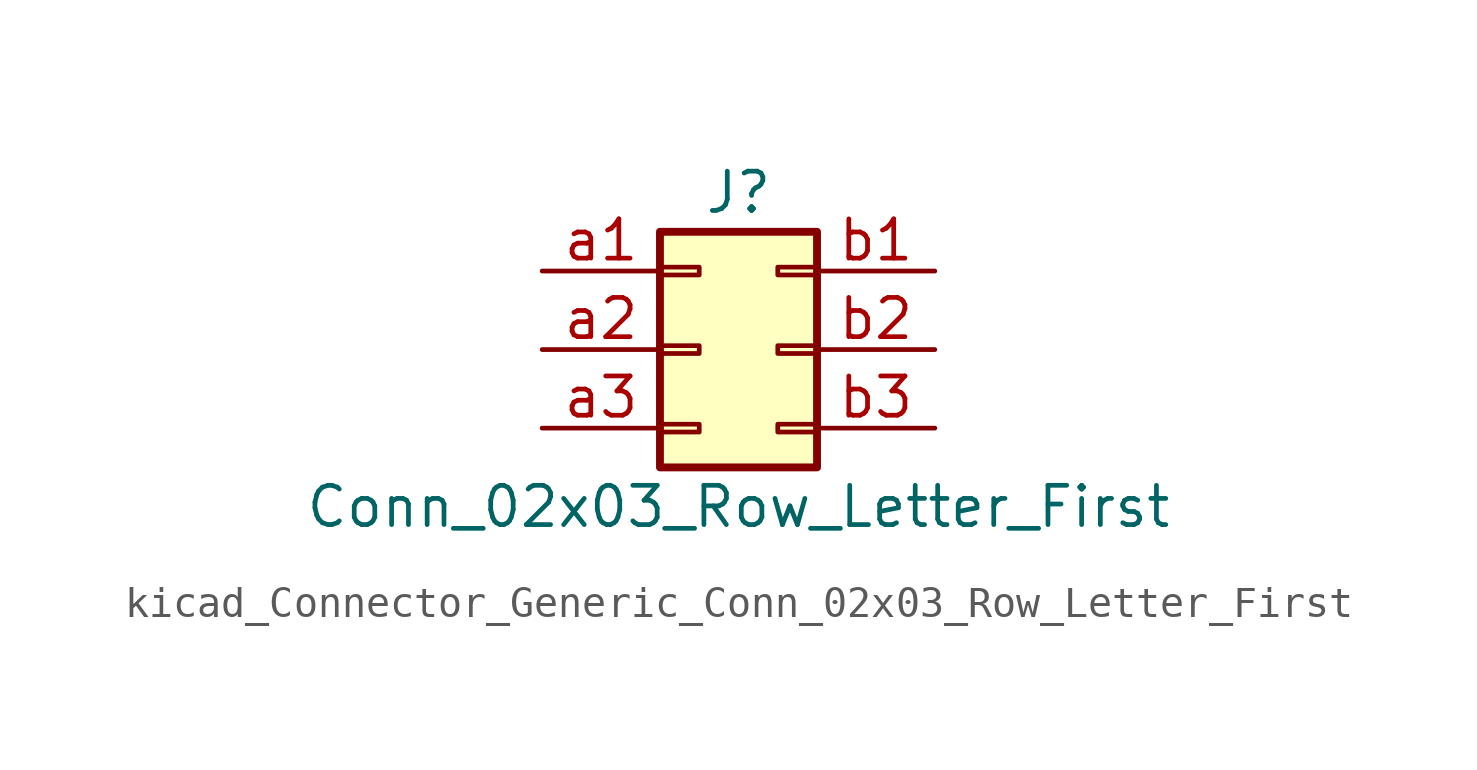
<source format=kicad_sym>
(kicad_symbol_lib
  (version 20220914)
  (generator kicad_symbol_editor)
  (symbol "kicad_Connector_Generic_Conn_02x03_Row_Letter_First"
    (pin_names
      (offset 1.016) hide)
    (property "Reference" "J"
      (at 1.27 5.08 0)
      (effects (font (size 1.27 1.27))))
    (property "Value" "Conn_02x03_Row_Letter_First"
      (at 1.27 -5.08 0)
      (effects (font (size 1.27 1.27))))
    (symbol "kicad_Connector_Generic_Conn_02x03_Row_Letter_First_1_1"
      (rectangle (start -1.27 -2.413) (end 0 -2.667) (stroke (width 0.152) (type default)) (fill (type none)))
      (rectangle (start -1.27 0.127) (end 0 -0.127) (stroke (width 0.152) (type default)) (fill (type none)))
      (rectangle (start -1.27 2.667) (end 0 2.413) (stroke (width 0.152) (type default)) (fill (type none)))
      (rectangle (start -1.27 3.81) (end 3.81 -3.81) (stroke (width 0.254) (type default)) (fill (type background)))
      (rectangle (start 3.81 -2.413) (end 2.54 -2.667) (stroke (width 0.152) (type default)) (fill (type none)))
      (rectangle (start 3.81 0.127) (end 2.54 -0.127) (stroke (width 0.152) (type default)) (fill (type none)))
      (rectangle (start 3.81 2.667) (end 2.54 2.413) (stroke (width 0.152) (type default)) (fill (type none)))
      (pin passive line (at -5.08 2.54 0) (length 3.81) (name "Pin_a1" (effects (font (size 1.27 1.27)))) (number "a1" (effects (font (size 1.27 1.27)))))
      (pin passive line (at -5.08 0 0) (length 3.81) (name "Pin_a2" (effects (font (size 1.27 1.27)))) (number "a2" (effects (font (size 1.27 1.27)))))
      (pin passive line (at -5.08 -2.54 0) (length 3.81) (name "Pin_a3" (effects (font (size 1.27 1.27)))) (number "a3" (effects (font (size 1.27 1.27)))))
      (pin passive line (at 7.62 2.54 180) (length 3.81) (name "Pin_b1" (effects (font (size 1.27 1.27)))) (number "b1" (effects (font (size 1.27 1.27)))))
      (pin passive line (at 7.62 0 180) (length 3.81) (name "Pin_b2" (effects (font (size 1.27 1.27)))) (number "b2" (effects (font (size 1.27 1.27)))))
      (pin passive line (at 7.62 -2.54 180) (length 3.81) (name "Pin_b3" (effects (font (size 1.27 1.27)))) (number "b3" (effects (font (size 1.27 1.27))))))))
</source>
